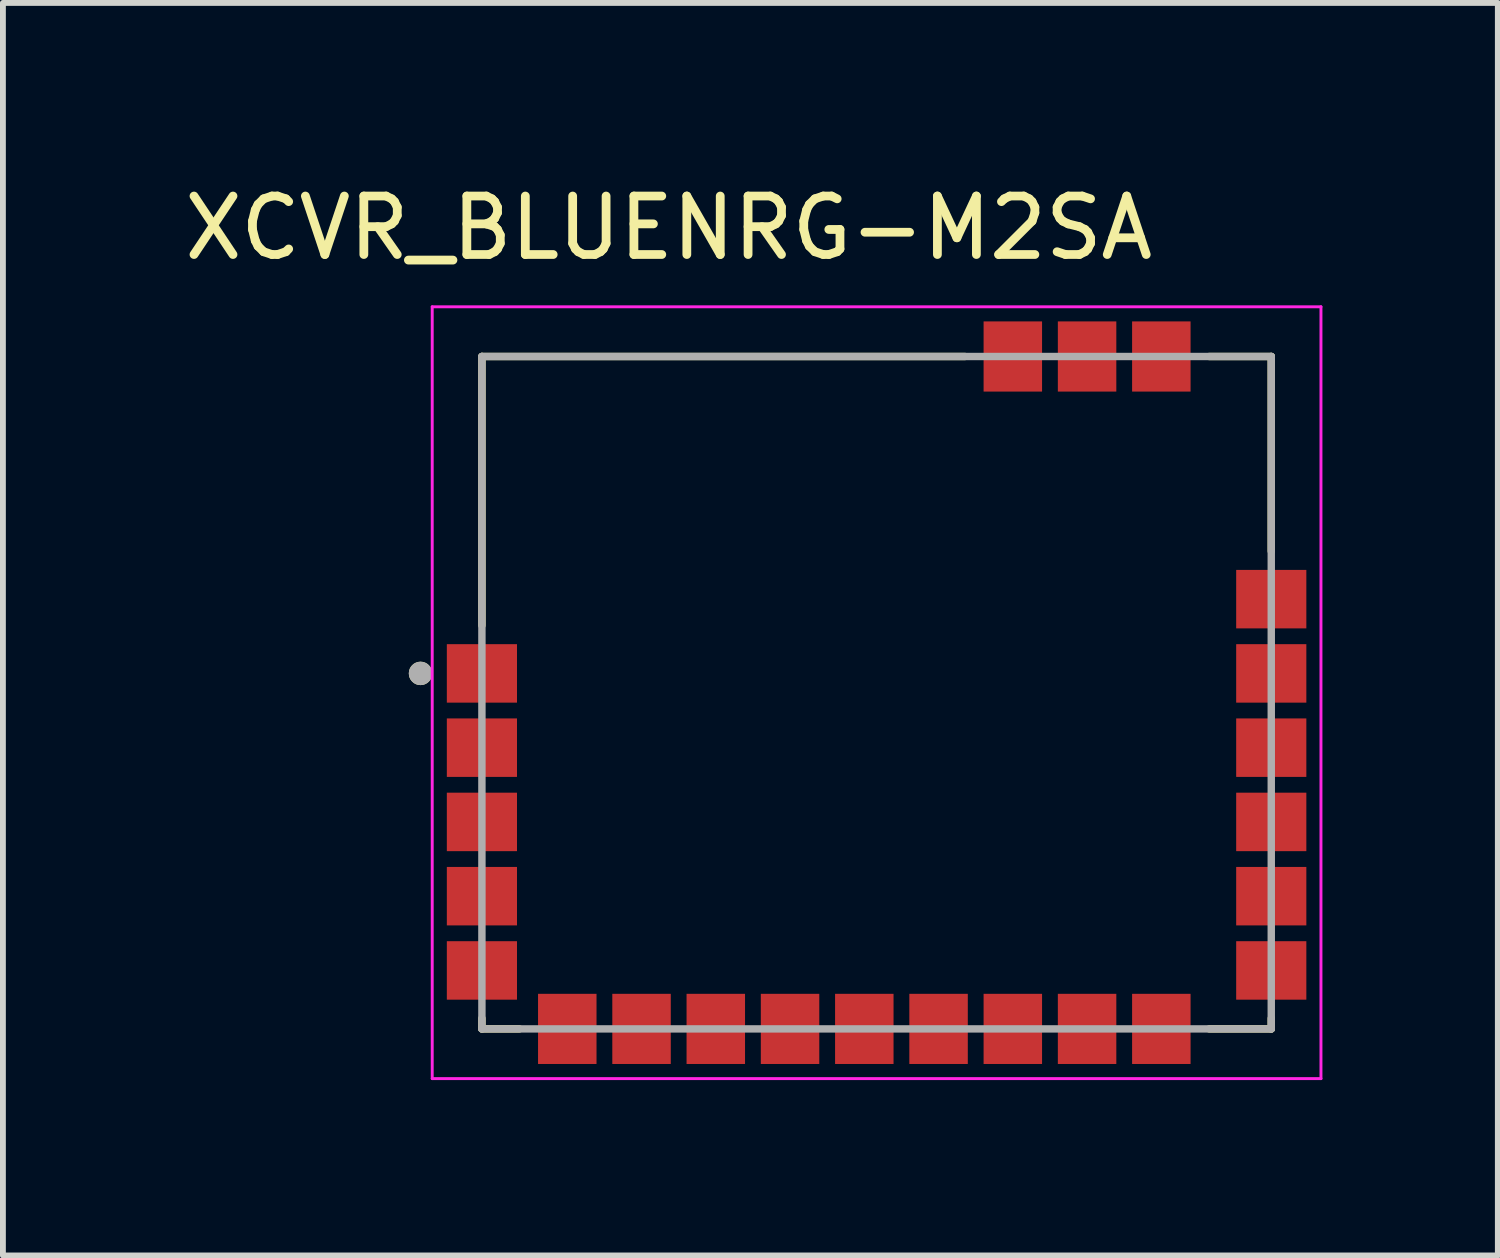
<source format=kicad_pcb>
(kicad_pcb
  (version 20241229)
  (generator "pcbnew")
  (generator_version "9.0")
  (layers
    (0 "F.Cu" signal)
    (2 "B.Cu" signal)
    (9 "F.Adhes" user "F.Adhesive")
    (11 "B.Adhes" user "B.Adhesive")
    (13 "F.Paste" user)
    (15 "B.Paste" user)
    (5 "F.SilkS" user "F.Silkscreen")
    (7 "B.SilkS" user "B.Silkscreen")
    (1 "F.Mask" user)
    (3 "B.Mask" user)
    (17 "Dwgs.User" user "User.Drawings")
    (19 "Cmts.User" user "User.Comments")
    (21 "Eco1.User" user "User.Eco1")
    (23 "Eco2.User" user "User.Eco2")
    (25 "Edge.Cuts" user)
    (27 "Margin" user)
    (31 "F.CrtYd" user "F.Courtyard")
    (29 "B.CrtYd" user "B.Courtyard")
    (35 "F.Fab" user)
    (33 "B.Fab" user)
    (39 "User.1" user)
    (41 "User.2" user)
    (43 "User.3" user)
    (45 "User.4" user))
  (footprint "XCVR_BLUENRG-M2SA"
    (layer "F.Cu")
    (at 16.812 9.737)
    (property "Reference" "XCVR_BLUENRG-M2SA" (at -8.425 -8.889 0) (layer "F.SilkS") (effects (font (size 1 1) (thickness 0.15))))
    (attr through_hole)
    (fp_line (start -11.62 -6.69) (end -3.36 -6.69) (stroke (width 0.127) (type solid)) (layer "F.SilkS"))
    (fp_line (start -11.62 -2.09) (end -11.62 -6.69) (stroke (width 0.127) (type solid)) (layer "F.SilkS"))
    (fp_line (start -11.62 4.63) (end -11.62 4.81) (stroke (width 0.127) (type solid)) (layer "F.SilkS"))
    (fp_line (start -10.98 4.81) (end -11.62 4.81) (stroke (width 0.127) (type solid)) (layer "F.SilkS"))
    (fp_line (start 0.82 -6.69) (end 1.88 -6.69) (stroke (width 0.127) (type solid)) (layer "F.SilkS"))
    (fp_line (start 1.88 -6.69) (end 1.88 -3.36) (stroke (width 0.127) (type solid)) (layer "F.SilkS"))
    (fp_line (start 1.88 4.63) (end 1.88 4.81) (stroke (width 0.127) (type solid)) (layer "F.SilkS"))
    (fp_line (start 1.88 4.81) (end 0.82 4.81) (stroke (width 0.127) (type solid)) (layer "F.SilkS"))
    (fp_circle (center -12.67 -1.27) (end -12.57 -1.27) (stroke (width 0.2) (type solid)) (fill no) (layer "F.SilkS"))
    (fp_line (start -12.47 -7.54) (end 2.73 -7.54) (stroke (width 0.05) (type solid)) (layer "F.CrtYd"))
    (fp_line (start -12.47 5.66) (end -12.47 -7.54) (stroke (width 0.05) (type solid)) (layer "F.CrtYd"))
    (fp_line (start 2.73 -7.54) (end 2.73 5.66) (stroke (width 0.05) (type solid)) (layer "F.CrtYd"))
    (fp_line (start 2.73 5.66) (end -12.47 5.66) (stroke (width 0.05) (type solid)) (layer "F.CrtYd"))
    (fp_line (start -11.62 -6.69) (end 1.88 -6.69) (stroke (width 0.127) (type solid)) (layer "F.Fab"))
    (fp_line (start -11.62 4.81) (end -11.62 -6.69) (stroke (width 0.127) (type solid)) (layer "F.Fab"))
    (fp_line (start 1.88 -6.69) (end 1.88 4.81) (stroke (width 0.127) (type solid)) (layer "F.Fab"))
    (fp_line (start 1.88 4.81) (end -11.62 4.81) (stroke (width 0.127) (type solid)) (layer "F.Fab"))
    (fp_circle (center -12.67 -1.27) (end -12.57 -1.27) (stroke (width 0.2) (type solid)) (fill no) (layer "F.Fab"))
    (pad "1" smd rect (at -11.62 -1.27) (size 1.2 1) (layers "F.Cu" "F.Mask" "F.Paste"))
    (pad "2" smd rect (at -11.62 0) (size 1.2 1) (layers "F.Cu" "F.Mask" "F.Paste"))
    (pad "3" smd rect (at -11.62 1.27) (size 1.2 1) (layers "F.Cu" "F.Mask" "F.Paste"))
    (pad "4" smd rect (at -11.62 2.54) (size 1.2 1) (layers "F.Cu" "F.Mask" "F.Paste"))
    (pad "5" smd rect (at -11.62 3.81) (size 1.2 1) (layers "F.Cu" "F.Mask" "F.Paste"))
    (pad "6" smd rect (at -10.16 4.81) (size 1 1.2) (layers "F.Cu" "F.Mask" "F.Paste"))
    (pad "7" smd rect (at -8.89 4.81) (size 1 1.2) (layers "F.Cu" "F.Mask" "F.Paste"))
    (pad "8" smd rect (at -7.62 4.81) (size 1 1.2) (layers "F.Cu" "F.Mask" "F.Paste"))
    (pad "9" smd rect (at -6.35 4.81) (size 1 1.2) (layers "F.Cu" "F.Mask" "F.Paste"))
    (pad "10" smd rect (at -5.08 4.81) (size 1 1.2) (layers "F.Cu" "F.Mask" "F.Paste"))
    (pad "11" smd rect (at -3.81 4.81) (size 1 1.2) (layers "F.Cu" "F.Mask" "F.Paste"))
    (pad "12" smd rect (at -2.54 4.81) (size 1 1.2) (layers "F.Cu" "F.Mask" "F.Paste"))
    (pad "13" smd rect (at -1.27 4.81) (size 1 1.2) (layers "F.Cu" "F.Mask" "F.Paste"))
    (pad "14" smd rect (at 0 4.81) (size 1 1.2) (layers "F.Cu" "F.Mask" "F.Paste"))
    (pad "15" smd rect (at 1.88 3.81) (size 1.2 1) (layers "F.Cu" "F.Mask" "F.Paste"))
    (pad "16" smd rect (at 1.88 2.54) (size 1.2 1) (layers "F.Cu" "F.Mask" "F.Paste"))
    (pad "17" smd rect (at 1.88 1.27) (size 1.2 1) (layers "F.Cu" "F.Mask" "F.Paste"))
    (pad "18" smd rect (at 1.88 0) (size 1.2 1) (layers "F.Cu" "F.Mask" "F.Paste"))
    (pad "19" smd rect (at 1.88 -1.27) (size 1.2 1) (layers "F.Cu" "F.Mask" "F.Paste"))
    (pad "20" smd rect (at 1.88 -2.54) (size 1.2 1) (layers "F.Cu" "F.Mask" "F.Paste"))
    (pad "21" smd rect (at 0 -6.69) (size 1 1.2) (layers "F.Cu" "F.Mask" "F.Paste"))
    (pad "22" smd rect (at -1.27 -6.69) (size 1 1.2) (layers "F.Cu" "F.Mask" "F.Paste"))
    (pad "23" smd rect (at -2.54 -6.69) (size 1 1.2) (layers "F.Cu" "F.Mask" "F.Paste")))
  (gr_rect
    (start -3 -3)
    (end 22.567 18.422)
    (stroke (width 0.1) (type default))
    (fill no)
    (layer "Edge.Cuts")))
</source>
